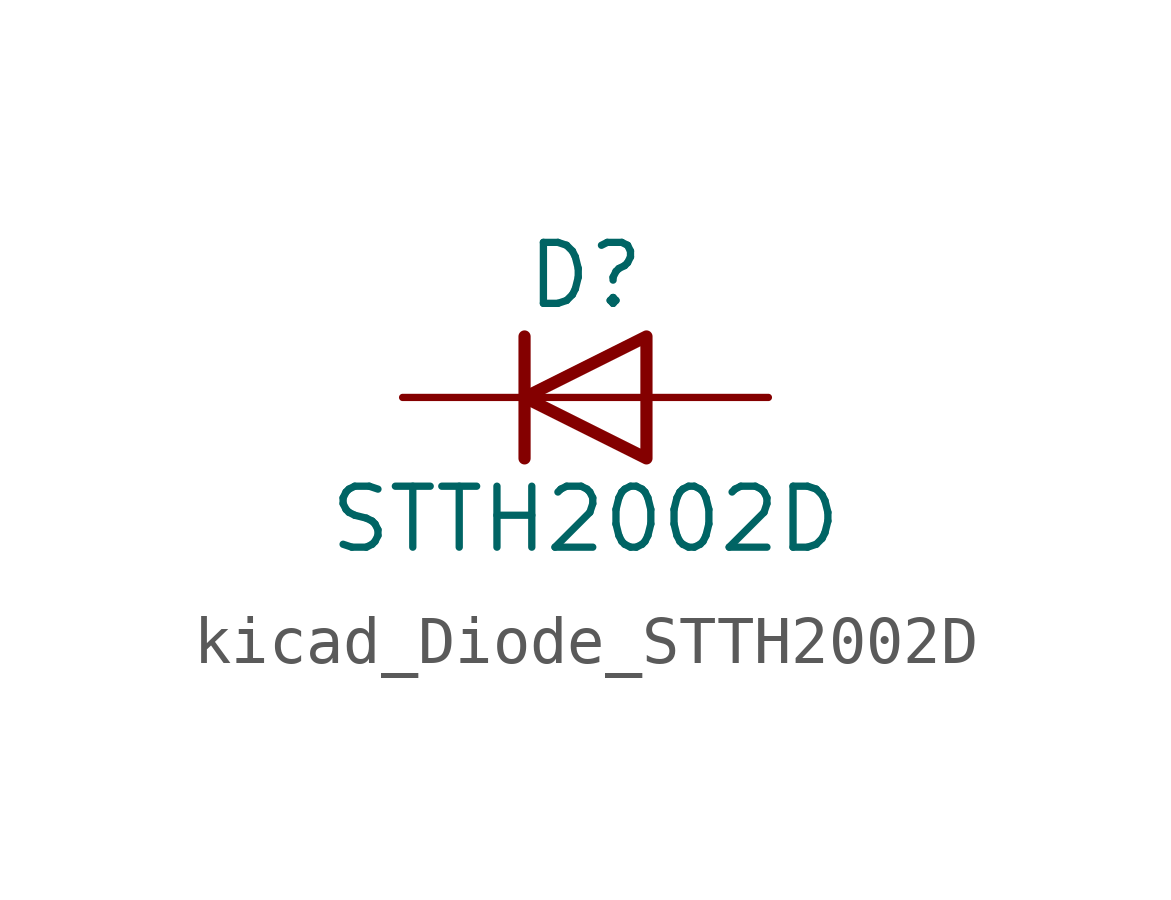
<source format=kicad_sym>
(kicad_symbol_lib
  (version 20220914)
  (generator kicad_symbol_editor)
  (symbol "kicad_Diode_STTH2002D"
    (pin_numbers hide)
    (pin_names hide)
    (property "Reference" "D"
      (at 0 2.54 0)
      (effects (font (size 1.27 1.27))))
    (property "Value" "STTH2002D"
      (at 0 -2.54 0)
      (effects (font (size 1.27 1.27))))
    (symbol "kicad_Diode_STTH2002D_0_0"
      (pin no_connect line (at 0 0 90) (length 2.54) hide (name "NC" (effects (font (size 1.27 1.27)))) (number "3" (effects (font (size 1.27 1.27))))))
    (symbol "kicad_Diode_STTH2002D_0_1"
      (polyline (pts (xy -1.27 1.27) (xy -1.27 -1.27)) (stroke (width 0.254) (type default)) (fill (type none)))
      (polyline (pts (xy 1.27 0) (xy -1.27 0)) (stroke (width 0) (type default)) (fill (type none)))
      (polyline (pts (xy 1.27 1.27) (xy 1.27 -1.27) (xy -1.27 0) (xy 1.27 1.27)) (stroke (width 0.254) (type default)) (fill (type none))))
    (symbol "kicad_Diode_STTH2002D_1_1"
      (pin passive line (at -3.81 0 0) (length 2.54) (name "K" (effects (font (size 1.27 1.27)))) (number "1" (effects (font (size 1.27 1.27)))))
      (pin passive line (at 3.81 0 180) (length 2.54) (name "A" (effects (font (size 1.27 1.27)))) (number "2" (effects (font (size 1.27 1.27))))))))
</source>
